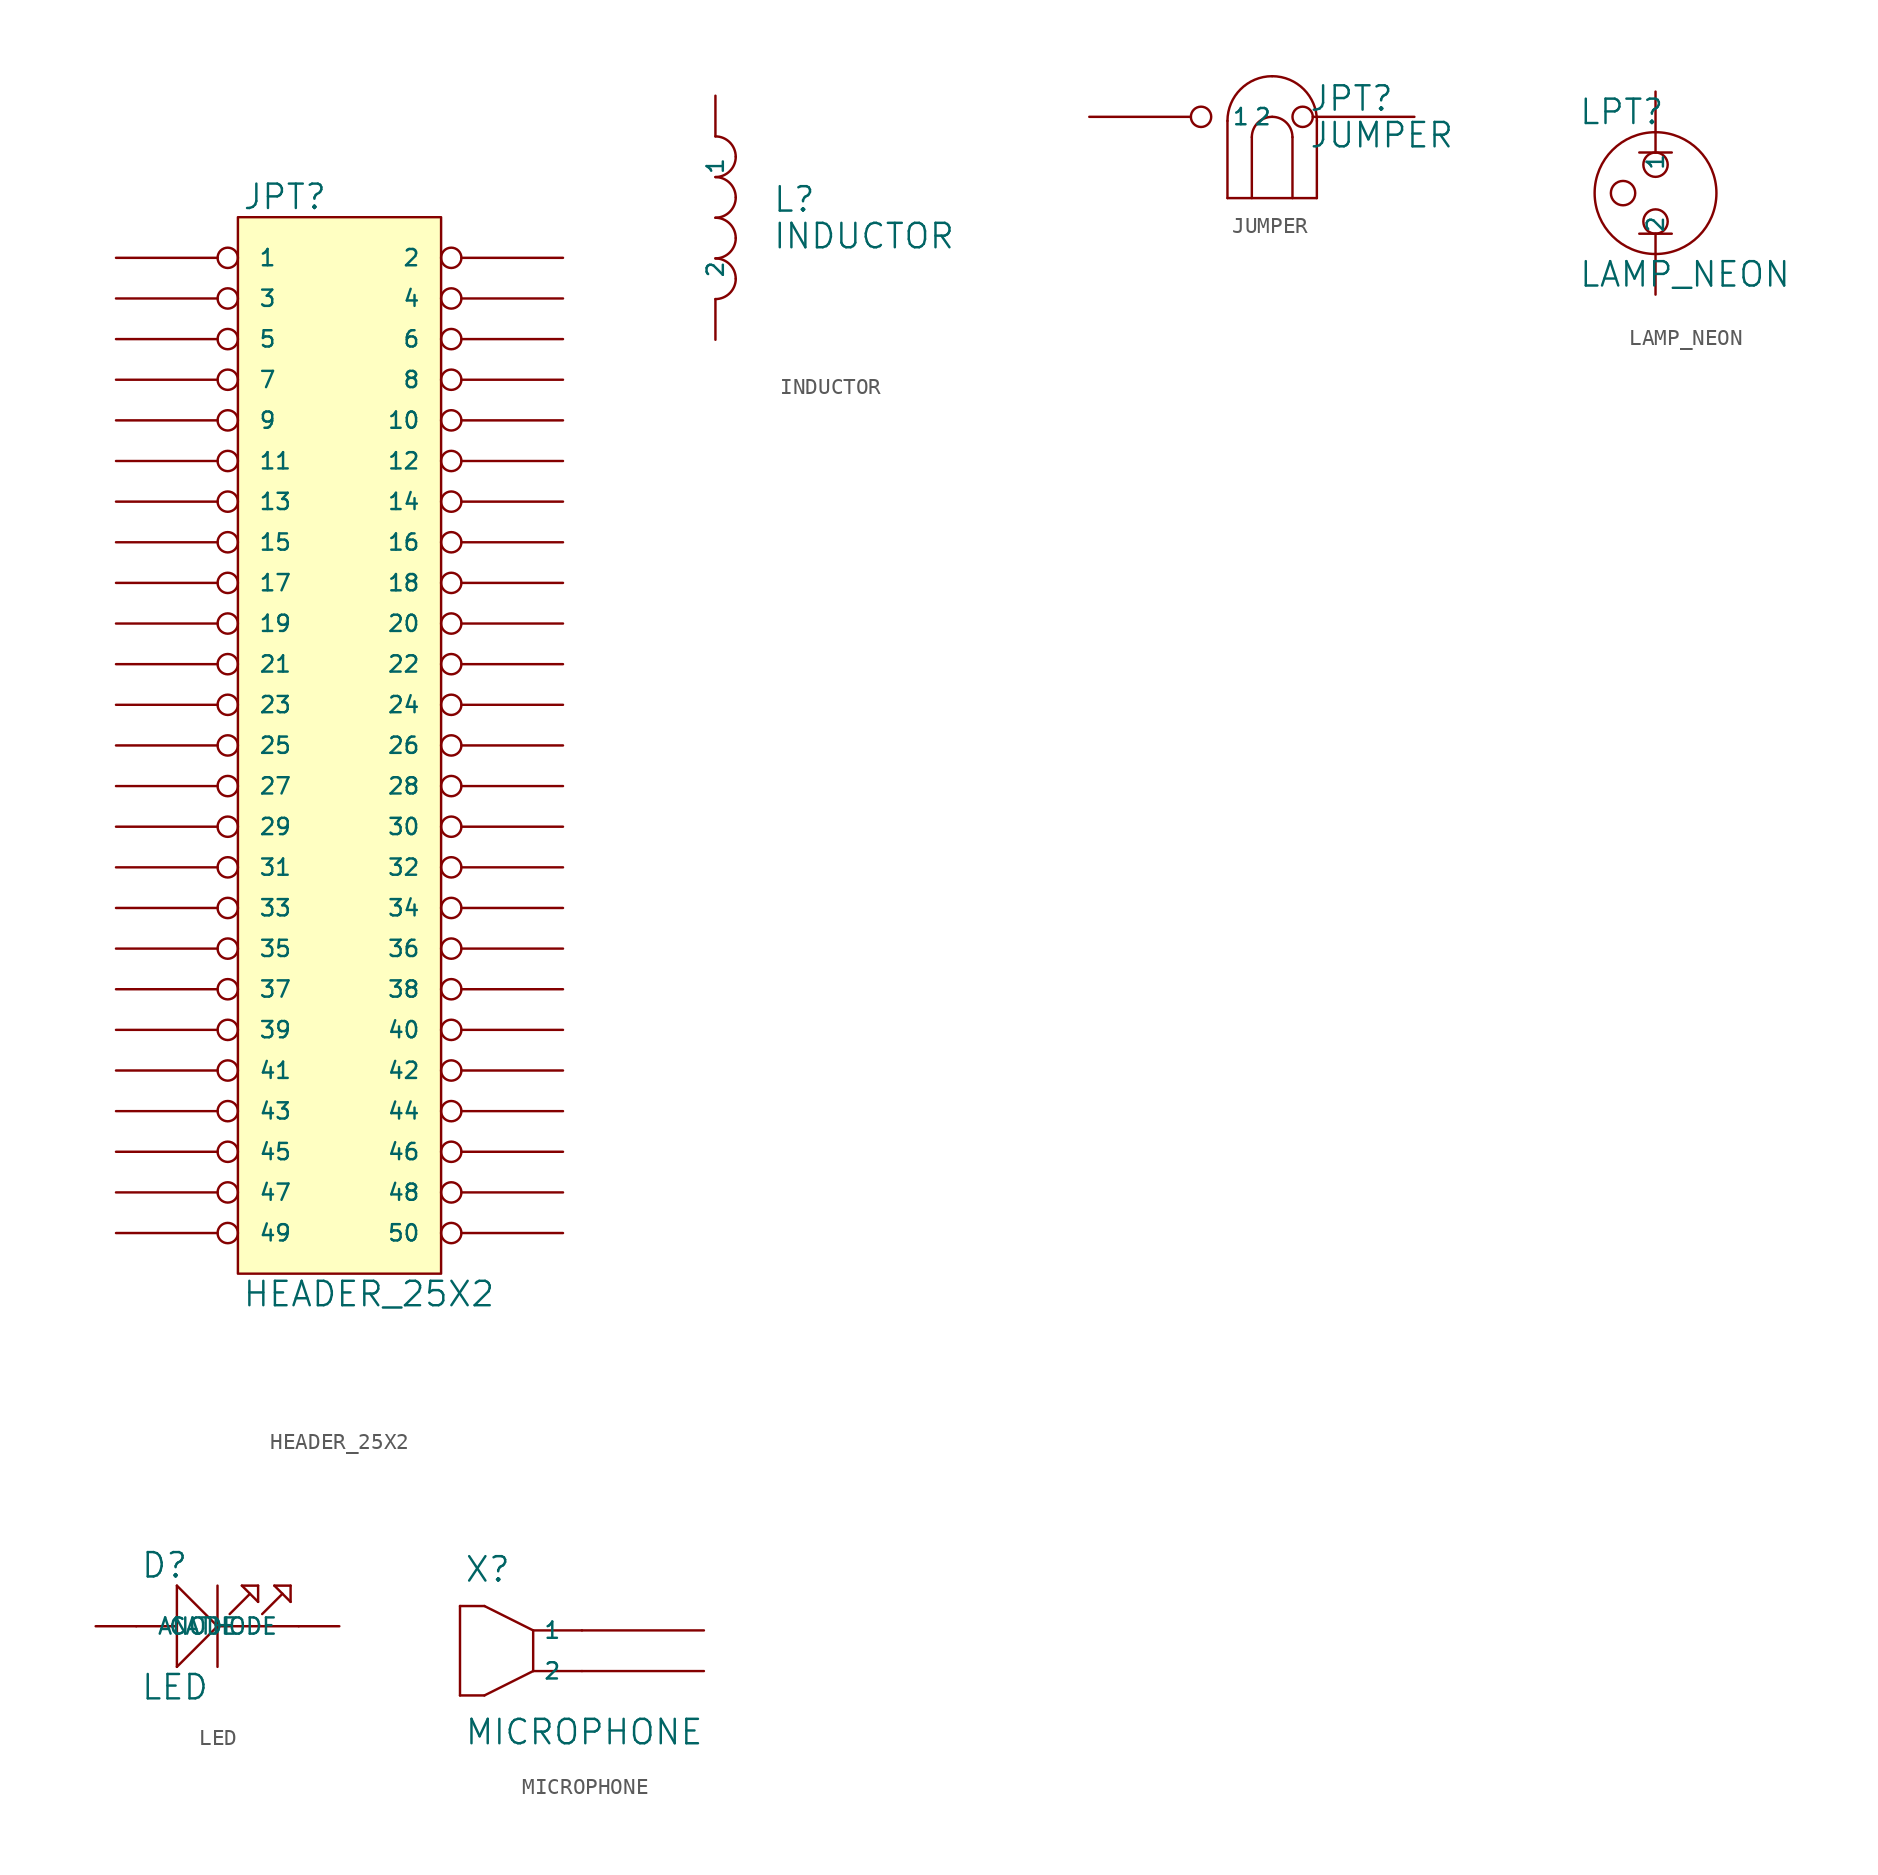
<source format=kicad_sym>
(kicad_symbol_lib
  (version 20231120)
  (generator "kicad_symbol_editor")
  (generator_version "8.0")
  (symbol "HEADER_25X2"
    (pin_names
      (offset 1.27))
    (property "Reference" "JPT"
      (at 0.254 0.381 0)
      (effects (font (size 1.524 1.524)) (justify left bottom)))
    (property "Value" "HEADER_25X2"
      (at 0.254 -66.421 0)
      (effects (font (size 1.524 1.524)) (justify left top)))
    (symbol "HEADER_25X2_0_1"
      (rectangle (start 0 0) (end 12.7 -66.04) (stroke (width 0) (type solid)) (fill (type background))))
    (symbol "HEADER_25X2_1_1"
      (pin passive inverted (at -7.62 -2.54 0) (length 7.62) (name "1" (effects (font (size 1.016 1.016)))) (number "~" (effects (font (size 1.27 1.27)))))
      (pin passive inverted (at 20.32 -12.7 180) (length 7.62) (name "10" (effects (font (size 1.016 1.016)))) (number "~" (effects (font (size 1.27 1.27)))))
      (pin passive inverted (at -7.62 -15.24 0) (length 7.62) (name "11" (effects (font (size 1.016 1.016)))) (number "~" (effects (font (size 1.27 1.27)))))
      (pin passive inverted (at 20.32 -15.24 180) (length 7.62) (name "12" (effects (font (size 1.016 1.016)))) (number "~" (effects (font (size 1.27 1.27)))))
      (pin passive inverted (at -7.62 -17.78 0) (length 7.62) (name "13" (effects (font (size 1.016 1.016)))) (number "~" (effects (font (size 1.27 1.27)))))
      (pin passive inverted (at 20.32 -17.78 180) (length 7.62) (name "14" (effects (font (size 1.016 1.016)))) (number "~" (effects (font (size 1.27 1.27)))))
      (pin passive inverted (at -7.62 -20.32 0) (length 7.62) (name "15" (effects (font (size 1.016 1.016)))) (number "~" (effects (font (size 1.27 1.27)))))
      (pin passive inverted (at 20.32 -20.32 180) (length 7.62) (name "16" (effects (font (size 1.016 1.016)))) (number "~" (effects (font (size 1.27 1.27)))))
      (pin passive inverted (at -7.62 -22.86 0) (length 7.62) (name "17" (effects (font (size 1.016 1.016)))) (number "~" (effects (font (size 1.27 1.27)))))
      (pin passive inverted (at 20.32 -22.86 180) (length 7.62) (name "18" (effects (font (size 1.016 1.016)))) (number "~" (effects (font (size 1.27 1.27)))))
      (pin passive inverted (at -7.62 -25.4 0) (length 7.62) (name "19" (effects (font (size 1.016 1.016)))) (number "~" (effects (font (size 1.27 1.27)))))
      (pin passive inverted (at 20.32 -2.54 180) (length 7.62) (name "2" (effects (font (size 1.016 1.016)))) (number "~" (effects (font (size 1.27 1.27)))))
      (pin passive inverted (at 20.32 -25.4 180) (length 7.62) (name "20" (effects (font (size 1.016 1.016)))) (number "~" (effects (font (size 1.27 1.27)))))
      (pin passive inverted (at -7.62 -27.94 0) (length 7.62) (name "21" (effects (font (size 1.016 1.016)))) (number "~" (effects (font (size 1.27 1.27)))))
      (pin passive inverted (at 20.32 -27.94 180) (length 7.62) (name "22" (effects (font (size 1.016 1.016)))) (number "~" (effects (font (size 1.27 1.27)))))
      (pin passive inverted (at -7.62 -30.48 0) (length 7.62) (name "23" (effects (font (size 1.016 1.016)))) (number "~" (effects (font (size 1.27 1.27)))))
      (pin passive inverted (at 20.32 -30.48 180) (length 7.62) (name "24" (effects (font (size 1.016 1.016)))) (number "~" (effects (font (size 1.27 1.27)))))
      (pin passive inverted (at -7.62 -33.02 0) (length 7.62) (name "25" (effects (font (size 1.016 1.016)))) (number "~" (effects (font (size 1.27 1.27)))))
      (pin passive inverted (at 20.32 -33.02 180) (length 7.62) (name "26" (effects (font (size 1.016 1.016)))) (number "~" (effects (font (size 1.27 1.27)))))
      (pin passive inverted (at -7.62 -35.56 0) (length 7.62) (name "27" (effects (font (size 1.016 1.016)))) (number "~" (effects (font (size 1.27 1.27)))))
      (pin passive inverted (at 20.32 -35.56 180) (length 7.62) (name "28" (effects (font (size 1.016 1.016)))) (number "~" (effects (font (size 1.27 1.27)))))
      (pin passive inverted (at -7.62 -38.1 0) (length 7.62) (name "29" (effects (font (size 1.016 1.016)))) (number "~" (effects (font (size 1.27 1.27)))))
      (pin passive inverted (at -7.62 -5.08 0) (length 7.62) (name "3" (effects (font (size 1.016 1.016)))) (number "~" (effects (font (size 1.27 1.27)))))
      (pin passive inverted (at 20.32 -38.1 180) (length 7.62) (name "30" (effects (font (size 1.016 1.016)))) (number "~" (effects (font (size 1.27 1.27)))))
      (pin passive inverted (at -7.62 -40.64 0) (length 7.62) (name "31" (effects (font (size 1.016 1.016)))) (number "~" (effects (font (size 1.27 1.27)))))
      (pin passive inverted (at 20.32 -40.64 180) (length 7.62) (name "32" (effects (font (size 1.016 1.016)))) (number "~" (effects (font (size 1.27 1.27)))))
      (pin passive inverted (at -7.62 -43.18 0) (length 7.62) (name "33" (effects (font (size 1.016 1.016)))) (number "~" (effects (font (size 1.27 1.27)))))
      (pin passive inverted (at 20.32 -43.18 180) (length 7.62) (name "34" (effects (font (size 1.016 1.016)))) (number "~" (effects (font (size 1.27 1.27)))))
      (pin passive inverted (at -7.62 -45.72 0) (length 7.62) (name "35" (effects (font (size 1.016 1.016)))) (number "~" (effects (font (size 1.27 1.27)))))
      (pin passive inverted (at 20.32 -45.72 180) (length 7.62) (name "36" (effects (font (size 1.016 1.016)))) (number "~" (effects (font (size 1.27 1.27)))))
      (pin passive inverted (at -7.62 -48.26 0) (length 7.62) (name "37" (effects (font (size 1.016 1.016)))) (number "~" (effects (font (size 1.27 1.27)))))
      (pin passive inverted (at 20.32 -48.26 180) (length 7.62) (name "38" (effects (font (size 1.016 1.016)))) (number "~" (effects (font (size 1.27 1.27)))))
      (pin passive inverted (at -7.62 -50.8 0) (length 7.62) (name "39" (effects (font (size 1.016 1.016)))) (number "~" (effects (font (size 1.27 1.27)))))
      (pin passive inverted (at 20.32 -5.08 180) (length 7.62) (name "4" (effects (font (size 1.016 1.016)))) (number "~" (effects (font (size 1.27 1.27)))))
      (pin passive inverted (at 20.32 -50.8 180) (length 7.62) (name "40" (effects (font (size 1.016 1.016)))) (number "~" (effects (font (size 1.27 1.27)))))
      (pin passive inverted (at -7.62 -53.34 0) (length 7.62) (name "41" (effects (font (size 1.016 1.016)))) (number "~" (effects (font (size 1.27 1.27)))))
      (pin passive inverted (at 20.32 -53.34 180) (length 7.62) (name "42" (effects (font (size 1.016 1.016)))) (number "~" (effects (font (size 1.27 1.27)))))
      (pin passive inverted (at -7.62 -55.88 0) (length 7.62) (name "43" (effects (font (size 1.016 1.016)))) (number "~" (effects (font (size 1.27 1.27)))))
      (pin passive inverted (at 20.32 -55.88 180) (length 7.62) (name "44" (effects (font (size 1.016 1.016)))) (number "~" (effects (font (size 1.27 1.27)))))
      (pin passive inverted (at -7.62 -58.42 0) (length 7.62) (name "45" (effects (font (size 1.016 1.016)))) (number "~" (effects (font (size 1.27 1.27)))))
      (pin passive inverted (at 20.32 -58.42 180) (length 7.62) (name "46" (effects (font (size 1.016 1.016)))) (number "~" (effects (font (size 1.27 1.27)))))
      (pin passive inverted (at -7.62 -60.96 0) (length 7.62) (name "47" (effects (font (size 1.016 1.016)))) (number "~" (effects (font (size 1.27 1.27)))))
      (pin passive inverted (at 20.32 -60.96 180) (length 7.62) (name "48" (effects (font (size 1.016 1.016)))) (number "~" (effects (font (size 1.27 1.27)))))
      (pin passive inverted (at -7.62 -63.5 0) (length 7.62) (name "49" (effects (font (size 1.016 1.016)))) (number "~" (effects (font (size 1.27 1.27)))))
      (pin passive inverted (at -7.62 -7.62 0) (length 7.62) (name "5" (effects (font (size 1.016 1.016)))) (number "~" (effects (font (size 1.27 1.27)))))
      (pin passive inverted (at 20.32 -63.5 180) (length 7.62) (name "50" (effects (font (size 1.016 1.016)))) (number "~" (effects (font (size 1.27 1.27)))))
      (pin passive inverted (at 20.32 -7.62 180) (length 7.62) (name "6" (effects (font (size 1.016 1.016)))) (number "~" (effects (font (size 1.27 1.27)))))
      (pin passive inverted (at -7.62 -10.16 0) (length 7.62) (name "7" (effects (font (size 1.016 1.016)))) (number "~" (effects (font (size 1.27 1.27)))))
      (pin passive inverted (at 20.32 -10.16 180) (length 7.62) (name "8" (effects (font (size 1.016 1.016)))) (number "~" (effects (font (size 1.27 1.27)))))
      (pin passive inverted (at -7.62 -12.7 0) (length 7.62) (name "9" (effects (font (size 1.016 1.016)))) (number "~" (effects (font (size 1.27 1.27)))))))
  (symbol "INDUCTOR"
    (pin_names
      (offset 1.27))
    (property "Reference" "L"
      (at 6.096 -4.826 0)
      (effects (font (size 1.524 1.524)) (justify left bottom)))
    (property "Value" "INDUCTOR"
      (at 6.096 -5.334 0)
      (effects (font (size 1.524 1.524)) (justify left top)))
    (symbol "INDUCTOR_0_1"
      (arc (start 2.54 -10.16) (mid 3.438 -9.788) (end 3.81 -8.89) (stroke (width 0) (type solid)) (fill (type none)))
      (arc (start 2.54 -7.62) (mid 3.438 -7.248) (end 3.81 -6.35) (stroke (width 0) (type solid)) (fill (type none)))
      (arc (start 2.54 -5.08) (mid 3.438 -4.708) (end 3.81 -3.81) (stroke (width 0) (type solid)) (fill (type none)))
      (arc (start 2.54 -2.54) (mid 3.438 -2.168) (end 3.81 -1.27) (stroke (width 0) (type solid)) (fill (type none)))
      (arc (start 3.81 -8.89) (mid 3.438 -7.992) (end 2.54 -7.62) (stroke (width 0) (type solid)) (fill (type none)))
      (arc (start 3.81 -6.35) (mid 3.438 -5.452) (end 2.54 -5.08) (stroke (width 0) (type solid)) (fill (type none)))
      (arc (start 3.81 -3.81) (mid 3.438 -2.912) (end 2.54 -2.54) (stroke (width 0) (type solid)) (fill (type none)))
      (arc (start 3.81 -1.27) (mid 3.438 -0.372) (end 2.54 0) (stroke (width 0) (type solid)) (fill (type none))))
    (symbol "INDUCTOR_1_1"
      (pin passive line (at 2.54 2.54 270) (length 2.54) (name "1" (effects (font (size 1.016 1.016)))) (number "~" (effects (font (size 1.27 1.27)))))
      (pin passive line (at 2.54 -12.7 90) (length 2.54) (name "2" (effects (font (size 1.016 1.016)))) (number "~" (effects (font (size 1.27 1.27)))))))
  (symbol "JUMPER"
    (pin_names
      (offset 1.27))
    (property "Reference" "JPT"
      (at 6.096 -2.286 0)
      (effects (font (size 1.524 1.524)) (justify left bottom)))
    (property "Value" "JUMPER"
      (at 6.096 -2.794 0)
      (effects (font (size 1.524 1.524)) (justify left top)))
    (symbol "JUMPER_0_1"
      (polyline (pts (xy 1.016 -7.62) (xy 1.016 -2.794)) (stroke (width 0) (type solid)) (fill (type none)))
      (polyline (pts (xy 2.54 -3.81) (xy 2.54 -7.62)) (stroke (width 0) (type solid)) (fill (type none)))
      (polyline (pts (xy 5.08 -3.81) (xy 5.08 -7.62)) (stroke (width 0) (type solid)) (fill (type none)))
      (polyline (pts (xy 6.604 -7.62) (xy 1.016 -7.62)) (stroke (width 0) (type solid)) (fill (type none)))
      (polyline (pts (xy 6.604 -2.794) (xy 6.604 -7.62)) (stroke (width 0) (type solid)) (fill (type none)))
      (arc (start 3.81 -2.54) (mid 2.912 -2.912) (end 2.54 -3.81) (stroke (width 0) (type solid)) (fill (type none)))
      (arc (start 3.81 0) (mid 1.8343 -0.8183) (end 1.016 -2.794) (stroke (width 0) (type solid)) (fill (type none)))
      (arc (start 5.08 -3.81) (mid 4.708 -2.912) (end 3.81 -2.54) (stroke (width 0) (type solid)) (fill (type none)))
      (arc (start 6.604 -2.794) (mid 5.7857 -0.8183) (end 3.81 0) (stroke (width 0) (type solid)) (fill (type none))))
    (symbol "JUMPER_1_1"
      (pin passive inverted (at -7.62 -2.54 0) (length 7.62) (name "1" (effects (font (size 1.016 1.016)))) (number "~" (effects (font (size 1.27 1.27)))))
      (pin passive inverted (at 12.7 -2.54 180) (length 7.62) (name "2" (effects (font (size 1.016 1.016)))) (number "~" (effects (font (size 1.27 1.27)))))))
  (symbol "LAMP_NEON"
    (pin_names
      (offset 1.27))
    (property "Reference" "LPT"
      (at 0.254 0.381 0)
      (effects (font (size 1.524 1.524)) (justify left bottom)))
    (property "Value" "LAMP_NEON"
      (at 0.254 -8.001 0)
      (effects (font (size 1.524 1.524)) (justify left top)))
    (symbol "LAMP_NEON_0_1"
      (polyline (pts (xy 5.08 -6.35) (xy 5.08 -7.62)) (stroke (width 0) (type solid)) (fill (type none)))
      (polyline (pts (xy 5.08 0) (xy 5.08 -1.27)) (stroke (width 0) (type solid)) (fill (type none)))
      (polyline (pts (xy 6.096 -6.35) (xy 4.064 -6.35)) (stroke (width 0) (type solid)) (fill (type none)))
      (polyline (pts (xy 6.096 -1.27) (xy 4.064 -1.27)) (stroke (width 0) (type solid)) (fill (type none)))
      (circle (center 3.048 -3.81) (radius 0.762) (stroke (width 0) (type solid)) (fill (type none)))
      (circle (center 5.08 -5.588) (radius 0.762) (stroke (width 0) (type solid)) (fill (type none)))
      (circle (center 5.08 -3.81) (radius 3.81) (stroke (width 0) (type solid)) (fill (type none)))
      (circle (center 5.08 -2.032) (radius 0.762) (stroke (width 0) (type solid)) (fill (type none))))
    (symbol "LAMP_NEON_1_1"
      (pin passive line (at 5.08 2.54 270) (length 2.54) (name "1" (effects (font (size 1.016 1.016)))) (number "~" (effects (font (size 1.27 1.27)))))
      (pin passive line (at 5.08 -10.16 90) (length 2.54) (name "2" (effects (font (size 1.016 1.016)))) (number "~" (effects (font (size 1.27 1.27)))))))
  (symbol "LED"
    (pin_names
      (offset 1.27))
    (property "Reference" "D"
      (at 0.254 0.381 0)
      (effects (font (size 1.524 1.524)) (justify left bottom)))
    (property "Value" "LED"
      (at 0.254 -5.461 0)
      (effects (font (size 1.524 1.524)) (justify left top)))
    (symbol "LED_0_1"
      (polyline (pts (xy 0 -2.54) (xy 2.54 -2.54)) (stroke (width 0) (type solid)) (fill (type none)))
      (polyline (pts (xy 2.54 -5.08) (xy 5.08 -2.54)) (stroke (width 0) (type solid)) (fill (type none)))
      (polyline (pts (xy 2.54 0) (xy 2.54 -5.08)) (stroke (width 0) (type solid)) (fill (type none)))
      (polyline (pts (xy 5.08 -2.54) (xy 2.54 0)) (stroke (width 0) (type solid)) (fill (type none)))
      (polyline (pts (xy 5.08 -2.54) (xy 10.16 -2.54)) (stroke (width 0) (type solid)) (fill (type none)))
      (polyline (pts (xy 5.08 0) (xy 5.08 -5.08)) (stroke (width 0) (type solid)) (fill (type none)))
      (polyline (pts (xy 6.604 0) (xy 7.62 0)) (stroke (width 0) (type solid)) (fill (type none)))
      (polyline (pts (xy 7.112 -0.508) (xy 5.842 -1.778)) (stroke (width 0) (type solid)) (fill (type none)))
      (polyline (pts (xy 7.62 -1.016) (xy 6.604 0)) (stroke (width 0) (type solid)) (fill (type none)))
      (polyline (pts (xy 7.62 0) (xy 7.62 -1.016)) (stroke (width 0) (type solid)) (fill (type none)))
      (polyline (pts (xy 8.636 0) (xy 9.652 -1.016)) (stroke (width 0) (type solid)) (fill (type none)))
      (polyline (pts (xy 9.144 -0.508) (xy 7.874 -1.778)) (stroke (width 0) (type solid)) (fill (type none)))
      (polyline (pts (xy 9.652 -1.016) (xy 9.652 0)) (stroke (width 0) (type solid)) (fill (type none)))
      (polyline (pts (xy 9.652 0) (xy 8.636 0)) (stroke (width 0) (type solid)) (fill (type none))))
    (symbol "LED_1_1"
      (pin passive line (at -2.54 -2.54 0) (length 2.54) (name "ANODE" (effects (font (size 1.016 1.016)))) (number "~" (effects (font (size 1.27 1.27)))))
      (pin passive line (at 12.7 -2.54 180) (length 2.54) (name "CATHODE" (effects (font (size 1.016 1.016)))) (number "~" (effects (font (size 1.27 1.27)))))))
  (symbol "MICROPHONE"
    (pin_names
      (offset 1.27))
    (property "Reference" "X"
      (at 0.254 0.381 0)
      (effects (font (size 1.524 1.524)) (justify left bottom)))
    (property "Value" "MICROPHONE"
      (at 0.254 -8.001 0)
      (effects (font (size 1.524 1.524)) (justify left top)))
    (symbol "MICROPHONE_0_1"
      (polyline (pts (xy 0 -6.604) (xy 0 -1.016)) (stroke (width 0) (type solid)) (fill (type none)))
      (polyline (pts (xy 0 -1.016) (xy 1.524 -1.016)) (stroke (width 0) (type solid)) (fill (type none)))
      (polyline (pts (xy 1.524 -6.604) (xy 0 -6.604)) (stroke (width 0) (type solid)) (fill (type none)))
      (polyline (pts (xy 1.524 -1.016) (xy 4.572 -2.54)) (stroke (width 0) (type solid)) (fill (type none)))
      (polyline (pts (xy 4.572 -5.08) (xy 1.524 -6.604)) (stroke (width 0) (type solid)) (fill (type none)))
      (polyline (pts (xy 4.572 -5.08) (xy 7.62 -5.08)) (stroke (width 0) (type solid)) (fill (type none)))
      (polyline (pts (xy 4.572 -2.54) (xy 4.572 -5.08)) (stroke (width 0) (type solid)) (fill (type none)))
      (polyline (pts (xy 7.62 -2.54) (xy 4.572 -2.54)) (stroke (width 0) (type solid)) (fill (type none))))
    (symbol "MICROPHONE_1_1"
      (pin passive line (at 15.24 -2.54 180) (length 7.62) (name "1" (effects (font (size 1.016 1.016)))) (number "~" (effects (font (size 1.27 1.27)))))
      (pin passive line (at 15.24 -5.08 180) (length 7.62) (name "2" (effects (font (size 1.016 1.016)))) (number "~" (effects (font (size 1.27 1.27))))))))
</source>
